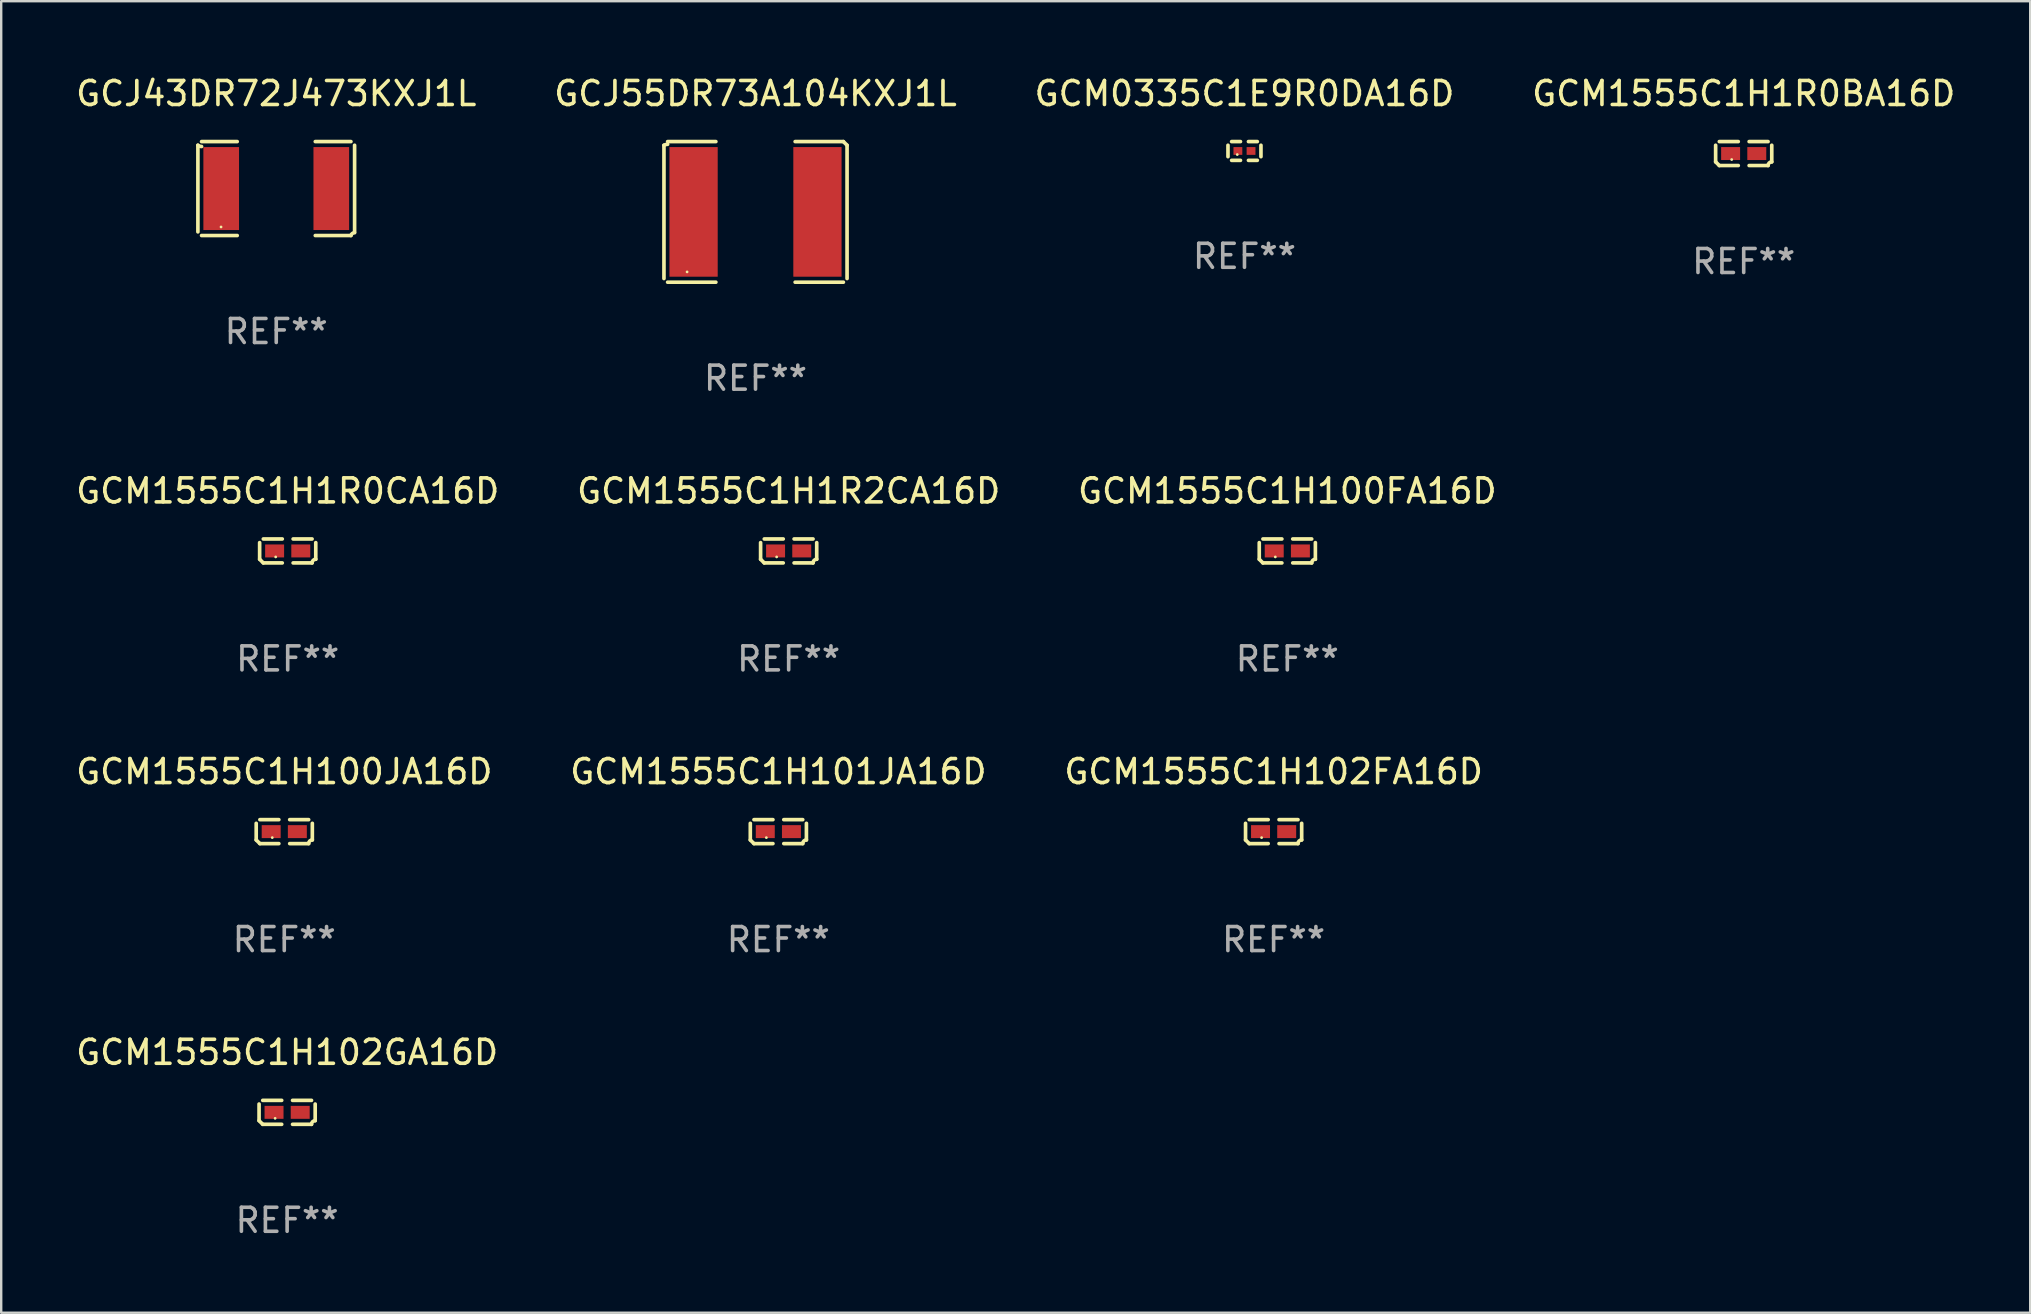
<source format=kicad_pcb>
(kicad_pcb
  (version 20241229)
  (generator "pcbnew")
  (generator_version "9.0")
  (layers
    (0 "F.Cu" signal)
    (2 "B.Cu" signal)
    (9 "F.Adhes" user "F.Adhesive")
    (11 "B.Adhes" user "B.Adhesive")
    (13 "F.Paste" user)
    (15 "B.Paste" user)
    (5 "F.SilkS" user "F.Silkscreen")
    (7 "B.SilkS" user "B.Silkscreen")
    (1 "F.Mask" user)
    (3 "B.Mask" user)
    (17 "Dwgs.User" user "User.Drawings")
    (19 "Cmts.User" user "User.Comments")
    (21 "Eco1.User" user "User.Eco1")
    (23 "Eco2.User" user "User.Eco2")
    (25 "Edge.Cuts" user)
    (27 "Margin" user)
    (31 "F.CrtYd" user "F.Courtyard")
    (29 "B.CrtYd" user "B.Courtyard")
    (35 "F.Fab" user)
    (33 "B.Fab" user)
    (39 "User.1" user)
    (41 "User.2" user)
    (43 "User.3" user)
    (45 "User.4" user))
  (footprint "GCJ55DR73A104KXJ1L"
    (layer "F.Cu")
    (at 28.423 5.777)
    (property "Reference" "GCJ55DR73A104KXJ1L" (at 0 -4.929 0) (layer "F.SilkS") (effects (font (size 1 1) (thickness 0.15))))
    (attr through_hole)
    (fp_line (start -3.814 2.776) (end -3.814 -2.776) (stroke (width 0.152) (type solid)) (layer "F.SilkS"))
    (fp_line (start -3.661 -2.929) (end -1.651 -2.929) (stroke (width 0.152) (type solid)) (layer "F.SilkS"))
    (fp_line (start -1.651 2.929) (end -3.661 2.929) (stroke (width 0.152) (type solid)) (layer "F.SilkS"))
    (fp_line (start 1.651 2.929) (end 3.661 2.929) (stroke (width 0.152) (type solid)) (layer "F.SilkS"))
    (fp_line (start 3.661 -2.929) (end 1.651 -2.929) (stroke (width 0.152) (type solid)) (layer "F.SilkS"))
    (fp_line (start 3.814 2.776) (end 3.814 -2.776) (stroke (width 0.152) (type solid)) (layer "F.SilkS"))
    (fp_arc (start -3.813614 -2.7762) (mid -3.739925 -2.805625) (end -3.661214 -2.815646) (stroke (width 0.1524) (type solid)) (layer "F.SilkS"))
    (fp_arc (start 3.661214 -2.9286) (mid 3.737425 -2.852411) (end 3.813614 -2.7762) (stroke (width 0.1524) (type solid)) (layer "F.SilkS"))
    (fp_circle (center -2.85 2.5) (end -2.82 2.5) (stroke (width 0.06) (type solid)) (fill no) (layer "F.SilkS"))
    (fp_text user "REF**" (at 0 6.929 0) (layer "F.Fab") (effects (font (size 1 1) (thickness 0.15))))
    (pad "1" smd rect (at -2.58 0) (size 2.01 5.4) (layers "F.Cu" "F.Mask" "F.Paste"))
    (pad "2" smd rect (at 2.58 0) (size 2.01 5.4) (layers "F.Cu" "F.Mask" "F.Paste")))
  (footprint "GCM1555C1H101JA16D"
    (layer "F.Cu")
    (at 29.375 31.594)
    (property "Reference" "GCM1555C1H101JA16D" (at 0 -2.499 0) (layer "F.SilkS") (effects (font (size 1 1) (thickness 0.15))))
    (attr through_hole)
    (fp_line (start -1.169 0.346) (end -1.169 -0.346) (stroke (width 0.152) (type solid)) (layer "F.SilkS"))
    (fp_line (start -1.016 -0.499) (end -0.226 -0.499) (stroke (width 0.152) (type solid)) (layer "F.SilkS"))
    (fp_line (start -0.226 0.499) (end -1.016 0.499) (stroke (width 0.152) (type solid)) (layer "F.SilkS"))
    (fp_line (start 0.226 0.499) (end 1.016 0.499) (stroke (width 0.152) (type solid)) (layer "F.SilkS"))
    (fp_line (start 1.016 -0.499) (end 0.226 -0.499) (stroke (width 0.152) (type solid)) (layer "F.SilkS"))
    (fp_line (start 1.169 0.346) (end 1.169 -0.346) (stroke (width 0.152) (type solid)) (layer "F.SilkS"))
    (fp_arc (start -1.016307 0.498603) (mid -1.092512 0.422405) (end -1.16871 0.3462) (stroke (width 0.1524) (type solid)) (layer "F.SilkS"))
    (fp_arc (start 1.016307 0.498603) (mid 1.060899 0.390758) (end 1.168707 0.346076) (stroke (width 0.1524) (type solid)) (layer "F.SilkS"))
    (fp_circle (center -0.5 0.25) (end -0.47 0.25) (stroke (width 0.06) (type solid)) (fill no) (layer "F.SilkS"))
    (fp_text user "REF**" (at 0 4.499 0) (layer "F.Fab") (effects (font (size 1 1) (thickness 0.15))))
    (pad "1" smd rect (at -0.545 0) (size 0.79 0.54) (layers "F.Cu" "F.Mask" "F.Paste"))
    (pad "2" smd rect (at 0.545 0) (size 0.79 0.54) (layers "F.Cu" "F.Mask" "F.Paste")))
  (footprint "GCM1555C1H1R2CA16D"
    (layer "F.Cu")
    (at 29.804 19.901)
    (property "Reference" "GCM1555C1H1R2CA16D" (at 0 -2.499 0) (layer "F.SilkS") (effects (font (size 1 1) (thickness 0.15))))
    (attr through_hole)
    (fp_line (start -1.169 0.346) (end -1.169 -0.346) (stroke (width 0.152) (type solid)) (layer "F.SilkS"))
    (fp_line (start -1.016 -0.499) (end -0.226 -0.499) (stroke (width 0.152) (type solid)) (layer "F.SilkS"))
    (fp_line (start -0.226 0.499) (end -1.016 0.499) (stroke (width 0.152) (type solid)) (layer "F.SilkS"))
    (fp_line (start 0.226 0.499) (end 1.016 0.499) (stroke (width 0.152) (type solid)) (layer "F.SilkS"))
    (fp_line (start 1.016 -0.499) (end 0.226 -0.499) (stroke (width 0.152) (type solid)) (layer "F.SilkS"))
    (fp_line (start 1.169 0.346) (end 1.169 -0.346) (stroke (width 0.152) (type solid)) (layer "F.SilkS"))
    (fp_arc (start -1.016307 0.498603) (mid -1.092512 0.422405) (end -1.16871 0.3462) (stroke (width 0.1524) (type solid)) (layer "F.SilkS"))
    (fp_arc (start 1.016307 0.498603) (mid 1.060899 0.390758) (end 1.168707 0.346076) (stroke (width 0.1524) (type solid)) (layer "F.SilkS"))
    (fp_circle (center -0.5 0.25) (end -0.47 0.25) (stroke (width 0.06) (type solid)) (fill no) (layer "F.SilkS"))
    (fp_text user "REF**" (at 0 4.499 0) (layer "F.Fab") (effects (font (size 1 1) (thickness 0.15))))
    (pad "1" smd rect (at -0.545 0) (size 0.79 0.54) (layers "F.Cu" "F.Mask" "F.Paste"))
    (pad "2" smd rect (at 0.545 0) (size 0.79 0.54) (layers "F.Cu" "F.Mask" "F.Paste")))
  (footprint "GCM1555C1H100JA16D"
    (layer "F.Cu")
    (at 8.792 31.594)
    (property "Reference" "GCM1555C1H100JA16D" (at 0 -2.499 0) (layer "F.SilkS") (effects (font (size 1 1) (thickness 0.15))))
    (attr through_hole)
    (fp_line (start -1.169 0.346) (end -1.169 -0.346) (stroke (width 0.152) (type solid)) (layer "F.SilkS"))
    (fp_line (start -1.016 -0.499) (end -0.226 -0.499) (stroke (width 0.152) (type solid)) (layer "F.SilkS"))
    (fp_line (start -0.226 0.499) (end -1.016 0.499) (stroke (width 0.152) (type solid)) (layer "F.SilkS"))
    (fp_line (start 0.226 0.499) (end 1.016 0.499) (stroke (width 0.152) (type solid)) (layer "F.SilkS"))
    (fp_line (start 1.016 -0.499) (end 0.226 -0.499) (stroke (width 0.152) (type solid)) (layer "F.SilkS"))
    (fp_line (start 1.169 0.346) (end 1.169 -0.346) (stroke (width 0.152) (type solid)) (layer "F.SilkS"))
    (fp_arc (start -1.016307 0.498603) (mid -1.092512 0.422405) (end -1.16871 0.3462) (stroke (width 0.1524) (type solid)) (layer "F.SilkS"))
    (fp_arc (start 1.016307 0.498603) (mid 1.060899 0.390758) (end 1.168707 0.346076) (stroke (width 0.1524) (type solid)) (layer "F.SilkS"))
    (fp_circle (center -0.5 0.25) (end -0.47 0.25) (stroke (width 0.06) (type solid)) (fill no) (layer "F.SilkS"))
    (fp_text user "REF**" (at 0 4.499 0) (layer "F.Fab") (effects (font (size 1 1) (thickness 0.15))))
    (pad "1" smd rect (at -0.545 0) (size 0.79 0.54) (layers "F.Cu" "F.Mask" "F.Paste"))
    (pad "2" smd rect (at 0.545 0) (size 0.79 0.54) (layers "F.Cu" "F.Mask" "F.Paste")))
  (footprint "GCM1555C1H102FA16D"
    (layer "F.Cu")
    (at 50.006 31.594)
    (property "Reference" "GCM1555C1H102FA16D" (at 0 -2.499 0) (layer "F.SilkS") (effects (font (size 1 1) (thickness 0.15))))
    (attr through_hole)
    (fp_line (start -1.169 0.346) (end -1.169 -0.346) (stroke (width 0.152) (type solid)) (layer "F.SilkS"))
    (fp_line (start -1.016 -0.499) (end -0.226 -0.499) (stroke (width 0.152) (type solid)) (layer "F.SilkS"))
    (fp_line (start -0.226 0.499) (end -1.016 0.499) (stroke (width 0.152) (type solid)) (layer "F.SilkS"))
    (fp_line (start 0.226 0.499) (end 1.016 0.499) (stroke (width 0.152) (type solid)) (layer "F.SilkS"))
    (fp_line (start 1.016 -0.499) (end 0.226 -0.499) (stroke (width 0.152) (type solid)) (layer "F.SilkS"))
    (fp_line (start 1.169 0.346) (end 1.169 -0.346) (stroke (width 0.152) (type solid)) (layer "F.SilkS"))
    (fp_arc (start -1.016307 0.498603) (mid -1.092512 0.422405) (end -1.16871 0.3462) (stroke (width 0.1524) (type solid)) (layer "F.SilkS"))
    (fp_arc (start 1.016307 0.498603) (mid 1.060899 0.390758) (end 1.168707 0.346076) (stroke (width 0.1524) (type solid)) (layer "F.SilkS"))
    (fp_circle (center -0.5 0.25) (end -0.47 0.25) (stroke (width 0.06) (type solid)) (fill no) (layer "F.SilkS"))
    (fp_text user "REF**" (at 0 4.499 0) (layer "F.Fab") (effects (font (size 1 1) (thickness 0.15))))
    (pad "1" smd rect (at -0.545 0) (size 0.79 0.54) (layers "F.Cu" "F.Mask" "F.Paste"))
    (pad "2" smd rect (at 0.545 0) (size 0.79 0.54) (layers "F.Cu" "F.Mask" "F.Paste")))
  (footprint "GCJ43DR72J473KXJ1L"
    (layer "F.Cu")
    (at 8.458 4.805)
    (property "Reference" "GCJ43DR72J473KXJ1L" (at 0 -3.957 0) (layer "F.SilkS") (effects (font (size 1 1) (thickness 0.15))))
    (attr through_hole)
    (fp_line (start -3.264 1.804) (end -3.264 -1.804) (stroke (width 0.152) (type solid)) (layer "F.SilkS"))
    (fp_line (start -3.111 -1.957) (end -1.626 -1.957) (stroke (width 0.152) (type solid)) (layer "F.SilkS"))
    (fp_line (start -1.626 1.957) (end -3.111 1.957) (stroke (width 0.152) (type solid)) (layer "F.SilkS"))
    (fp_line (start 1.626 1.957) (end 3.111 1.957) (stroke (width 0.152) (type solid)) (layer "F.SilkS"))
    (fp_line (start 3.111 -1.957) (end 1.626 -1.957) (stroke (width 0.152) (type solid)) (layer "F.SilkS"))
    (fp_line (start 3.264 1.804) (end 3.264 -1.804) (stroke (width 0.152) (type solid)) (layer "F.SilkS"))
    (fp_arc (start -3.111202 -1.752192) (mid -3.191715 -1.76555) (end -3.263602 -1.804191) (stroke (width 0.1524) (type solid)) (layer "F.SilkS"))
    (fp_arc (start 3.111201 1.956591) (mid 3.167789 1.872777) (end 3.263602 1.840424) (stroke (width 0.1524) (type solid)) (layer "F.SilkS"))
    (fp_circle (center -2.3 1.6) (end -2.27 1.6) (stroke (width 0.06) (type solid)) (fill no) (layer "F.SilkS"))
    (fp_text user "REF**" (at 0 5.957 0) (layer "F.Fab") (effects (font (size 1 1) (thickness 0.15))))
    (pad "1" smd rect (at -2.293 0) (size 1.485 3.456) (layers "F.Cu" "F.Mask" "F.Paste"))
    (pad "2" smd rect (at 2.293 0) (size 1.485 3.456) (layers "F.Cu" "F.Mask" "F.Paste")))
  (footprint "GCM0335C1E9R0DA16D"
    (layer "F.Cu")
    (at 48.792 3.239)
    (property "Reference" "GCM0335C1E9R0DA16D" (at 0 -2.391 0) (layer "F.SilkS") (effects (font (size 1 1) (thickness 0.15))))
    (attr through_hole)
    (fp_line (start -0.687 0.238) (end -0.687 -0.238) (stroke (width 0.152) (type solid)) (layer "F.SilkS"))
    (fp_line (start -0.535 -0.391) (end -0.166 -0.391) (stroke (width 0.152) (type solid)) (layer "F.SilkS"))
    (fp_line (start -0.166 0.391) (end -0.535 0.391) (stroke (width 0.152) (type solid)) (layer "F.SilkS"))
    (fp_line (start 0.166 0.391) (end 0.535 0.391) (stroke (width 0.152) (type solid)) (layer "F.SilkS"))
    (fp_line (start 0.535 -0.391) (end 0.166 -0.391) (stroke (width 0.152) (type solid)) (layer "F.SilkS"))
    (fp_line (start 0.687 0.238) (end 0.687 -0.238) (stroke (width 0.152) (type solid)) (layer "F.SilkS"))
    (fp_circle (center -0.3 0.15) (end -0.27 0.15) (stroke (width 0.06) (type solid)) (fill no) (layer "F.SilkS"))
    (fp_text user "REF**" (at 0 4.391 0) (layer "F.Fab") (effects (font (size 1 1) (thickness 0.15))))
    (pad "1" smd rect (at -0.274 0) (size 0.368 0.324) (layers "F.Cu" "F.Mask" "F.Paste"))
    (pad "2" smd rect (at 0.274 0) (size 0.368 0.324) (layers "F.Cu" "F.Mask" "F.Paste")))
  (footprint "GCM1555C1H100FA16D"
    (layer "F.Cu")
    (at 50.577 19.901)
    (property "Reference" "GCM1555C1H100FA16D" (at 0 -2.499 0) (layer "F.SilkS") (effects (font (size 1 1) (thickness 0.15))))
    (attr through_hole)
    (fp_line (start -1.169 0.346) (end -1.169 -0.346) (stroke (width 0.152) (type solid)) (layer "F.SilkS"))
    (fp_line (start -1.016 -0.499) (end -0.226 -0.499) (stroke (width 0.152) (type solid)) (layer "F.SilkS"))
    (fp_line (start -0.226 0.499) (end -1.016 0.499) (stroke (width 0.152) (type solid)) (layer "F.SilkS"))
    (fp_line (start 0.226 0.499) (end 1.016 0.499) (stroke (width 0.152) (type solid)) (layer "F.SilkS"))
    (fp_line (start 1.016 -0.499) (end 0.226 -0.499) (stroke (width 0.152) (type solid)) (layer "F.SilkS"))
    (fp_line (start 1.169 0.346) (end 1.169 -0.346) (stroke (width 0.152) (type solid)) (layer "F.SilkS"))
    (fp_arc (start -1.016307 0.498603) (mid -1.092512 0.422405) (end -1.16871 0.3462) (stroke (width 0.1524) (type solid)) (layer "F.SilkS"))
    (fp_arc (start 1.016307 0.498603) (mid 1.060899 0.390758) (end 1.168707 0.346076) (stroke (width 0.1524) (type solid)) (layer "F.SilkS"))
    (fp_circle (center -0.5 0.25) (end -0.47 0.25) (stroke (width 0.06) (type solid)) (fill no) (layer "F.SilkS"))
    (fp_text user "REF**" (at 0 4.499 0) (layer "F.Fab") (effects (font (size 1 1) (thickness 0.15))))
    (pad "1" smd rect (at -0.545 0) (size 0.79 0.54) (layers "F.Cu" "F.Mask" "F.Paste"))
    (pad "2" smd rect (at 0.545 0) (size 0.79 0.54) (layers "F.Cu" "F.Mask" "F.Paste")))
  (footprint "GCM1555C1H102GA16D"
    (layer "F.Cu")
    (at 8.911 43.288)
    (property "Reference" "GCM1555C1H102GA16D" (at 0 -2.499 0) (layer "F.SilkS") (effects (font (size 1 1) (thickness 0.15))))
    (attr through_hole)
    (fp_line (start -1.169 0.346) (end -1.169 -0.346) (stroke (width 0.152) (type solid)) (layer "F.SilkS"))
    (fp_line (start -1.016 -0.499) (end -0.226 -0.499) (stroke (width 0.152) (type solid)) (layer "F.SilkS"))
    (fp_line (start -0.226 0.499) (end -1.016 0.499) (stroke (width 0.152) (type solid)) (layer "F.SilkS"))
    (fp_line (start 0.226 0.499) (end 1.016 0.499) (stroke (width 0.152) (type solid)) (layer "F.SilkS"))
    (fp_line (start 1.016 -0.499) (end 0.226 -0.499) (stroke (width 0.152) (type solid)) (layer "F.SilkS"))
    (fp_line (start 1.169 0.346) (end 1.169 -0.346) (stroke (width 0.152) (type solid)) (layer "F.SilkS"))
    (fp_arc (start -1.016307 0.498603) (mid -1.092512 0.422405) (end -1.16871 0.3462) (stroke (width 0.1524) (type solid)) (layer "F.SilkS"))
    (fp_arc (start 1.016307 0.498603) (mid 1.060899 0.390758) (end 1.168707 0.346076) (stroke (width 0.1524) (type solid)) (layer "F.SilkS"))
    (fp_circle (center -0.5 0.25) (end -0.47 0.25) (stroke (width 0.06) (type solid)) (fill no) (layer "F.SilkS"))
    (fp_text user "REF**" (at 0 4.499 0) (layer "F.Fab") (effects (font (size 1 1) (thickness 0.15))))
    (pad "1" smd rect (at -0.545 0) (size 0.79 0.54) (layers "F.Cu" "F.Mask" "F.Paste"))
    (pad "2" smd rect (at 0.545 0) (size 0.79 0.54) (layers "F.Cu" "F.Mask" "F.Paste")))
  (footprint "GCM1555C1H1R0CA16D"
    (layer "F.Cu")
    (at 8.935 19.901)
    (property "Reference" "GCM1555C1H1R0CA16D" (at 0 -2.499 0) (layer "F.SilkS") (effects (font (size 1 1) (thickness 0.15))))
    (attr through_hole)
    (fp_line (start -1.169 0.346) (end -1.169 -0.346) (stroke (width 0.152) (type solid)) (layer "F.SilkS"))
    (fp_line (start -1.016 -0.499) (end -0.226 -0.499) (stroke (width 0.152) (type solid)) (layer "F.SilkS"))
    (fp_line (start -0.226 0.499) (end -1.016 0.499) (stroke (width 0.152) (type solid)) (layer "F.SilkS"))
    (fp_line (start 0.226 0.499) (end 1.016 0.499) (stroke (width 0.152) (type solid)) (layer "F.SilkS"))
    (fp_line (start 1.016 -0.499) (end 0.226 -0.499) (stroke (width 0.152) (type solid)) (layer "F.SilkS"))
    (fp_line (start 1.169 0.346) (end 1.169 -0.346) (stroke (width 0.152) (type solid)) (layer "F.SilkS"))
    (fp_arc (start -1.016307 0.498603) (mid -1.092512 0.422405) (end -1.16871 0.3462) (stroke (width 0.1524) (type solid)) (layer "F.SilkS"))
    (fp_arc (start 1.016307 0.498603) (mid 1.060899 0.390758) (end 1.168707 0.346076) (stroke (width 0.1524) (type solid)) (layer "F.SilkS"))
    (fp_circle (center -0.5 0.25) (end -0.47 0.25) (stroke (width 0.06) (type solid)) (fill no) (layer "F.SilkS"))
    (fp_text user "REF**" (at 0 4.499 0) (layer "F.Fab") (effects (font (size 1 1) (thickness 0.15))))
    (pad "1" smd rect (at -0.545 0) (size 0.79 0.54) (layers "F.Cu" "F.Mask" "F.Paste"))
    (pad "2" smd rect (at 0.545 0) (size 0.79 0.54) (layers "F.Cu" "F.Mask" "F.Paste")))
  (footprint "GCM1555C1H1R0BA16D"
    (layer "F.Cu")
    (at 69.589 3.347)
    (property "Reference" "GCM1555C1H1R0BA16D" (at 0 -2.499 0) (layer "F.SilkS") (effects (font (size 1 1) (thickness 0.15))))
    (attr through_hole)
    (fp_line (start -1.169 0.346) (end -1.169 -0.346) (stroke (width 0.152) (type solid)) (layer "F.SilkS"))
    (fp_line (start -1.016 -0.499) (end -0.226 -0.499) (stroke (width 0.152) (type solid)) (layer "F.SilkS"))
    (fp_line (start -0.226 0.499) (end -1.016 0.499) (stroke (width 0.152) (type solid)) (layer "F.SilkS"))
    (fp_line (start 0.226 0.499) (end 1.016 0.499) (stroke (width 0.152) (type solid)) (layer "F.SilkS"))
    (fp_line (start 1.016 -0.499) (end 0.226 -0.499) (stroke (width 0.152) (type solid)) (layer "F.SilkS"))
    (fp_line (start 1.169 0.346) (end 1.169 -0.346) (stroke (width 0.152) (type solid)) (layer "F.SilkS"))
    (fp_arc (start -1.016307 0.498603) (mid -1.092512 0.422405) (end -1.16871 0.3462) (stroke (width 0.1524) (type solid)) (layer "F.SilkS"))
    (fp_arc (start 1.016307 0.498603) (mid 1.060899 0.390758) (end 1.168707 0.346076) (stroke (width 0.1524) (type solid)) (layer "F.SilkS"))
    (fp_circle (center -0.5 0.25) (end -0.47 0.25) (stroke (width 0.06) (type solid)) (fill no) (layer "F.SilkS"))
    (fp_text user "REF**" (at 0 4.499 0) (layer "F.Fab") (effects (font (size 1 1) (thickness 0.15))))
    (pad "1" smd rect (at -0.545 0) (size 0.79 0.54) (layers "F.Cu" "F.Mask" "F.Paste"))
    (pad "2" smd rect (at 0.545 0) (size 0.79 0.54) (layers "F.Cu" "F.Mask" "F.Paste")))
  (gr_rect
    (start -3 -3)
    (end 81.524 51.635)
    (stroke (width 0.1) (type default))
    (fill no)
    (layer "Edge.Cuts")))
</source>
